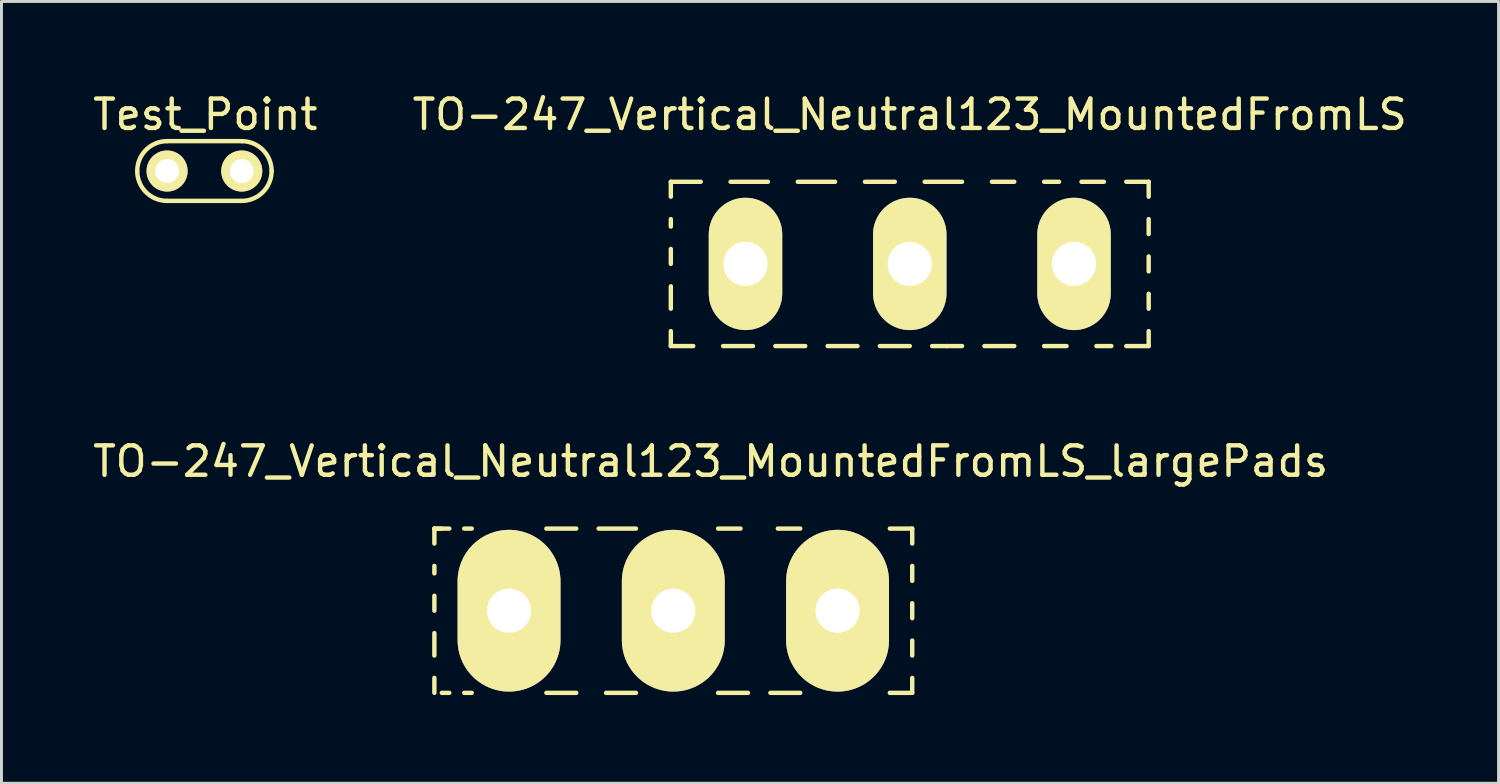
<source format=kicad_pcb>
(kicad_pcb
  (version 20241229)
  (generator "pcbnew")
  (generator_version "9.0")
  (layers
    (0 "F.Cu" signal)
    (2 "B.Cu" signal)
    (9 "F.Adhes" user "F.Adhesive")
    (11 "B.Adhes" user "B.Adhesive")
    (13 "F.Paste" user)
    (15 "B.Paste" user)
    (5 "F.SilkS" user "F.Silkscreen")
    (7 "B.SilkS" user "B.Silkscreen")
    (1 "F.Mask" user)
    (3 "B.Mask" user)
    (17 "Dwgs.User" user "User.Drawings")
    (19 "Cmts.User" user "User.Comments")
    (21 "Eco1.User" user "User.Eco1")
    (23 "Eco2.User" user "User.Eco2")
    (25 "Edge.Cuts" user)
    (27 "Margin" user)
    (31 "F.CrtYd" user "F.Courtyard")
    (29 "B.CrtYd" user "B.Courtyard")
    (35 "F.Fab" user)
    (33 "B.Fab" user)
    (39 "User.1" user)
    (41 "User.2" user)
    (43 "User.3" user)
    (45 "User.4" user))
  (footprint "TO-247_Vertical_Neutral123_MountedFromLS_largePads"
    (layer "F.Cu")
    (at 19.855 17.726)
    (property "Reference" "TO-247_Vertical_Neutral123_MountedFromLS_largePads" (at 1.27 -5.08 0) (layer "F.SilkS") (effects (font (size 1 1) (thickness 0.15))))
    (attr through_hole)
    (fp_line (start -8.128 -2.794) (end -8.128 -2.286) (stroke (width 0.15) (type solid)) (layer "F.SilkS"))
    (fp_line (start -8.128 -2.794) (end -7.874 -2.794) (stroke (width 0.15) (type solid)) (layer "F.SilkS"))
    (fp_line (start -8.128 -1.27) (end -8.128 -1.524) (stroke (width 0.15) (type solid)) (layer "F.SilkS"))
    (fp_line (start -8.128 0) (end -8.128 -0.508) (stroke (width 0.15) (type solid)) (layer "F.SilkS"))
    (fp_line (start -8.128 1.524) (end -8.128 0.762) (stroke (width 0.15) (type solid)) (layer "F.SilkS"))
    (fp_line (start -8.128 2.794) (end -8.128 2.286) (stroke (width 0.15) (type solid)) (layer "F.SilkS"))
    (fp_line (start -7.874 2.794) (end -7.62 2.794) (stroke (width 0.15) (type solid)) (layer "F.SilkS"))
    (fp_line (start -7.62 -2.794) (end -8.128 -2.794) (stroke (width 0.15) (type solid)) (layer "F.SilkS"))
    (fp_line (start -7.112 2.794) (end -6.858 2.794) (stroke (width 0.15) (type solid)) (layer "F.SilkS"))
    (fp_line (start -6.858 -2.794) (end -7.112 -2.794) (stroke (width 0.15) (type solid)) (layer "F.SilkS"))
    (fp_line (start -4.318 -2.794) (end -3.302 -2.794) (stroke (width 0.15) (type solid)) (layer "F.SilkS"))
    (fp_line (start -4.318 2.794) (end -3.302 2.794) (stroke (width 0.15) (type solid)) (layer "F.SilkS"))
    (fp_line (start -2.54 -2.794) (end -1.27 -2.794) (stroke (width 0.15) (type solid)) (layer "F.SilkS"))
    (fp_line (start -2.286 2.794) (end -1.27 2.794) (stroke (width 0.15) (type solid)) (layer "F.SilkS"))
    (fp_line (start 1.524 -2.794) (end 2.286 -2.794) (stroke (width 0.15) (type solid)) (layer "F.SilkS"))
    (fp_line (start 2.54 2.794) (end 1.524 2.794) (stroke (width 0.15) (type solid)) (layer "F.SilkS"))
    (fp_line (start 3.302 2.794) (end 4.318 2.794) (stroke (width 0.15) (type solid)) (layer "F.SilkS"))
    (fp_line (start 3.556 -2.794) (end 4.318 -2.794) (stroke (width 0.15) (type solid)) (layer "F.SilkS"))
    (fp_line (start 7.366 2.794) (end 8.128 2.794) (stroke (width 0.15) (type solid)) (layer "F.SilkS"))
    (fp_line (start 8.128 -2.794) (end 7.366 -2.794) (stroke (width 0.15) (type solid)) (layer "F.SilkS"))
    (fp_line (start 8.128 -2.794) (end 8.128 -2.286) (stroke (width 0.15) (type solid)) (layer "F.SilkS"))
    (fp_line (start 8.128 -1.524) (end 8.128 -1.016) (stroke (width 0.15) (type solid)) (layer "F.SilkS"))
    (fp_line (start 8.128 -0.254) (end 8.128 0.254) (stroke (width 0.15) (type solid)) (layer "F.SilkS"))
    (fp_line (start 8.128 1.016) (end 8.128 1.524) (stroke (width 0.15) (type solid)) (layer "F.SilkS"))
    (fp_line (start 8.128 2.794) (end 8.128 2.286) (stroke (width 0.15) (type solid)) (layer "F.SilkS"))
    (pad "1" thru_hole oval (at 5.588 0 90) (size 5.502 3.5) (drill 1.501) (layers "*.Cu" "*.Mask" "F.SilkS"))
    (pad "2" thru_hole oval (at 0 0 90) (size 5.502 3.5) (drill 1.501) (layers "*.Cu" "*.Mask" "F.SilkS"))
    (pad "3" thru_hole oval (at -5.588 0 90) (size 5.502 3.5) (drill 1.501) (layers "*.Cu" "*.Mask" "F.SilkS")))
  (footprint "Test_Point"
    (layer "F.Cu")
    (at 3.904 2.768)
    (property "Reference" "Test_Point" (at 0.03 -1.92 0) (layer "F.SilkS") (effects (font (size 1 1) (thickness 0.15))))
    (attr through_hole)
    (fp_line (start 1.27 -1.016) (end -1.27 -1.016) (stroke (width 0.15) (type solid)) (layer "F.SilkS"))
    (fp_line (start 1.27 1.016) (end -1.27 1.016) (stroke (width 0.15) (type solid)) (layer "F.SilkS"))
    (fp_arc (start -2.286 0) (mid -1.98842 -0.71842) (end -1.27 -1.016) (stroke (width 0.15) (type solid)) (layer "F.SilkS"))
    (fp_arc (start -1.27 1.016) (mid -1.98842 0.71842) (end -2.286 0) (stroke (width 0.15) (type solid)) (layer "F.SilkS"))
    (fp_arc (start 1.27 -1.016) (mid 1.98842 -0.71842) (end 2.286 0) (stroke (width 0.15) (type solid)) (layer "F.SilkS"))
    (fp_arc (start 2.286 0) (mid 1.98842 0.71842) (end 1.27 1.016) (stroke (width 0.15) (type solid)) (layer "F.SilkS"))
    (pad "1" thru_hole circle (at -1.27 0) (size 1.397 1.397) (drill 0.813) (layers "*.Cu" "*.Mask" "F.SilkS"))
    (pad "1" thru_hole circle (at 1.27 0) (size 1.397 1.397) (drill 0.813) (layers "*.Cu" "*.Mask" "F.SilkS")))
  (footprint "TO-247_Vertical_Neutral123_MountedFromLS"
    (layer "F.Cu")
    (at 27.899 5.928)
    (property "Reference" "TO-247_Vertical_Neutral123_MountedFromLS" (at 0 -5.08 0) (layer "F.SilkS") (effects (font (size 1 1) (thickness 0.15))))
    (attr through_hole)
    (fp_line (start -8.128 -2.794) (end -8.128 -2.286) (stroke (width 0.15) (type solid)) (layer "F.SilkS"))
    (fp_line (start -8.128 -2.794) (end -7.112 -2.794) (stroke (width 0.15) (type solid)) (layer "F.SilkS"))
    (fp_line (start -8.128 -1.27) (end -8.128 -1.524) (stroke (width 0.15) (type solid)) (layer "F.SilkS"))
    (fp_line (start -8.128 0) (end -8.128 -0.508) (stroke (width 0.15) (type solid)) (layer "F.SilkS"))
    (fp_line (start -8.128 1.524) (end -8.128 0.762) (stroke (width 0.15) (type solid)) (layer "F.SilkS"))
    (fp_line (start -8.128 2.794) (end -8.128 2.286) (stroke (width 0.15) (type solid)) (layer "F.SilkS"))
    (fp_line (start -8.128 2.794) (end -7.366 2.794) (stroke (width 0.15) (type solid)) (layer "F.SilkS"))
    (fp_line (start -6.35 2.794) (end -5.334 2.794) (stroke (width 0.15) (type solid)) (layer "F.SilkS"))
    (fp_line (start -6.096 -2.794) (end -4.826 -2.794) (stroke (width 0.15) (type solid)) (layer "F.SilkS"))
    (fp_line (start -4.572 2.794) (end -3.556 2.794) (stroke (width 0.15) (type solid)) (layer "F.SilkS"))
    (fp_line (start -3.81 -2.794) (end -2.54 -2.794) (stroke (width 0.15) (type solid)) (layer "F.SilkS"))
    (fp_line (start -2.794 2.794) (end -1.778 2.794) (stroke (width 0.15) (type solid)) (layer "F.SilkS"))
    (fp_line (start -1.524 -2.794) (end -0.508 -2.794) (stroke (width 0.15) (type solid)) (layer "F.SilkS"))
    (fp_line (start -1.016 2.794) (end 0 2.794) (stroke (width 0.15) (type solid)) (layer "F.SilkS"))
    (fp_line (start 0.508 -2.794) (end 1.778 -2.794) (stroke (width 0.15) (type solid)) (layer "F.SilkS"))
    (fp_line (start 1.27 2.794) (end 0.762 2.794) (stroke (width 0.15) (type solid)) (layer "F.SilkS"))
    (fp_line (start 1.27 2.794) (end 1.778 2.794) (stroke (width 0.15) (type solid)) (layer "F.SilkS"))
    (fp_line (start 2.54 2.794) (end 3.556 2.794) (stroke (width 0.15) (type solid)) (layer "F.SilkS"))
    (fp_line (start 2.794 -2.794) (end 3.556 -2.794) (stroke (width 0.15) (type solid)) (layer "F.SilkS"))
    (fp_line (start 4.572 2.794) (end 5.334 2.794) (stroke (width 0.15) (type solid)) (layer "F.SilkS"))
    (fp_line (start 5.08 -2.794) (end 4.572 -2.794) (stroke (width 0.15) (type solid)) (layer "F.SilkS"))
    (fp_line (start 6.35 2.794) (end 6.858 2.794) (stroke (width 0.15) (type solid)) (layer "F.SilkS"))
    (fp_line (start 6.604 -2.794) (end 5.842 -2.794) (stroke (width 0.15) (type solid)) (layer "F.SilkS"))
    (fp_line (start 7.366 2.794) (end 8.128 2.794) (stroke (width 0.15) (type solid)) (layer "F.SilkS"))
    (fp_line (start 8.128 -2.794) (end 7.366 -2.794) (stroke (width 0.15) (type solid)) (layer "F.SilkS"))
    (fp_line (start 8.128 -2.794) (end 8.128 -2.286) (stroke (width 0.15) (type solid)) (layer "F.SilkS"))
    (fp_line (start 8.128 -1.524) (end 8.128 -1.016) (stroke (width 0.15) (type solid)) (layer "F.SilkS"))
    (fp_line (start 8.128 -0.254) (end 8.128 0.254) (stroke (width 0.15) (type solid)) (layer "F.SilkS"))
    (fp_line (start 8.128 1.016) (end 8.128 1.524) (stroke (width 0.15) (type solid)) (layer "F.SilkS"))
    (fp_line (start 8.128 2.794) (end 8.128 2.286) (stroke (width 0.15) (type solid)) (layer "F.SilkS"))
    (pad "1" thru_hole oval (at 5.588 0 90) (size 4.501 2.499) (drill 1.501) (layers "*.Cu" "*.Mask" "F.SilkS"))
    (pad "2" thru_hole oval (at 0 0 90) (size 4.501 2.499) (drill 1.501) (layers "*.Cu" "*.Mask" "F.SilkS"))
    (pad "3" thru_hole oval (at -5.588 0 90) (size 4.501 2.499) (drill 1.501) (layers "*.Cu" "*.Mask" "F.SilkS")))
  (gr_rect
    (start -3 -3)
    (end 47.929 23.595)
    (stroke (width 0.1) (type default))
    (fill no)
    (layer "Edge.Cuts")))
</source>
